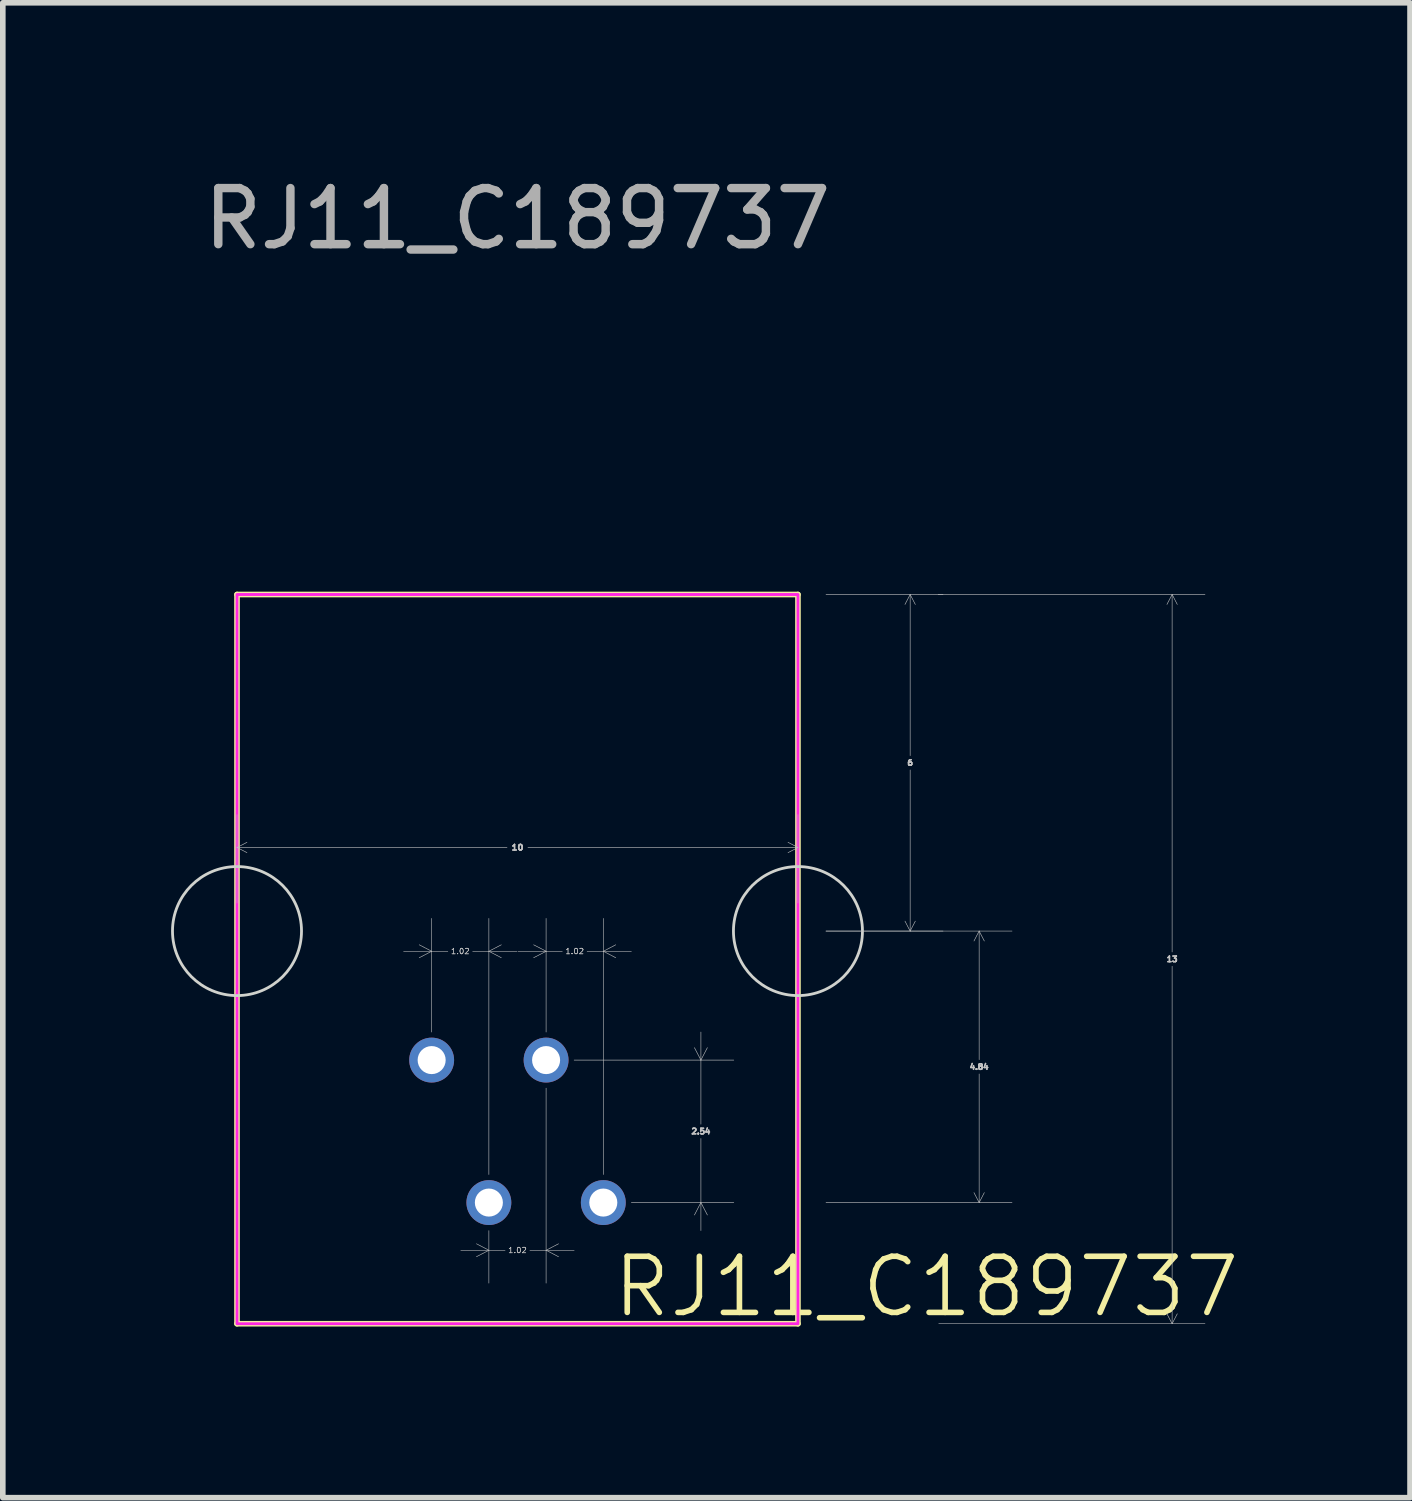
<source format=kicad_pcb>
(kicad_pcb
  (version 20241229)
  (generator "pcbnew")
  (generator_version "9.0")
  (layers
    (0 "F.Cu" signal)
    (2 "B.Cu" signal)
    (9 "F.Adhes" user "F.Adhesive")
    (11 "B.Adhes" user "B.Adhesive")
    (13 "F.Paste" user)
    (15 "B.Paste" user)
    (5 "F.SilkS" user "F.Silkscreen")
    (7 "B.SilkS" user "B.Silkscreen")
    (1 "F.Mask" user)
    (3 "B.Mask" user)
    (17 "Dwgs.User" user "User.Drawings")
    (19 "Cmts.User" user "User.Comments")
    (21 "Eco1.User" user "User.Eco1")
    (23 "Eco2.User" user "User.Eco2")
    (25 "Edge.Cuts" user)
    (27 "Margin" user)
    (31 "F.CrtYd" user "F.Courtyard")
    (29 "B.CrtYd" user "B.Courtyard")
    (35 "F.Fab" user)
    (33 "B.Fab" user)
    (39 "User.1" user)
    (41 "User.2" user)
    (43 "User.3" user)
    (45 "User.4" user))
  (footprint "RJ11_C189737"
    (layer "F.Cu")
    (at 6.175 18.388)
    (property "Reference" "RJ11_C189737" (at 7.29 1.5 0) (unlocked yes) (layer "F.SilkS") (effects (font (size 1 1) (thickness 0.1))))
    (attr smd)
    (fp_line (start -5 2.16) (end -5 -10.84) (stroke (width 0.1) (type default)) (layer "F.SilkS"))
    (fp_line (start 5 -10.84) (end -5 -10.84) (stroke (width 0.1) (type solid)) (layer "F.SilkS"))
    (fp_line (start 5 -10.84) (end 5 2.16) (stroke (width 0.1) (type default)) (layer "F.SilkS"))
    (fp_line (start 5 2.16) (end -5 2.16) (stroke (width 0.1) (type solid)) (layer "F.SilkS"))
    (fp_circle (center -5 -4.84) (end -3.85 -4.84) (stroke (width 0.05) (type solid)) (fill no) (layer "Edge.Cuts"))
    (fp_circle (center 5 -4.84) (end 6.15 -4.84) (stroke (width 0.05) (type solid)) (fill no) (layer "Edge.Cuts"))
    (fp_rect (start -5 -10.84) (end 5 2.16) (stroke (width 0.05) (type default)) (fill no) (layer "F.CrtYd"))
    (fp_text user "${REFERENCE}" (at 0 -17.54 0) (unlocked yes) (layer "F.Fab") (effects (font (size 1 1) (thickness 0.15))))
    (dimension (type orthogonal) (layer "Dwgs.User") (pts (xy 11.175 13.548) (xy 11.175 18.388)) (height 3.23) (orientation 1) (format (prefix "") (suffix "") (units 3) (units_format 0) (precision 4) (suppress_zeroes yes)) (style (thickness 0.01) (arrow_length 0.2) (text_position_mode 1) (arrow_direction outward) (extension_height 0.586) (extension_offset 0.5)) (gr_text "4.84" (at 14.405 15.968 0) (layer "Dwgs.User") (effects (font (size 0.1 0.1) (thickness 0.15)))))
    (dimension (type orthogonal) (layer "Dwgs.User") (pts (xy 11.175 13.548) (xy 11.175 7.548)) (height 2) (orientation 1) (format (prefix "") (suffix "") (units 3) (units_format 0) (precision 4) (suppress_zeroes yes)) (style (thickness 0.01) (arrow_length 0.2) (text_position_mode 1) (arrow_direction outward) (extension_height 0.586) (extension_offset 0.5)) (gr_text "6" (at 13.175 10.548 0) (layer "Dwgs.User") (effects (font (size 0.1 0.1) (thickness 0.15)))))
    (dimension (type orthogonal) (layer "Dwgs.User") (pts (xy 1.175 13.548) (xy 11.175 13.548)) (height -1.49) (orientation 0) (format (prefix "") (suffix "") (units 3) (units_format 0) (precision 4) (suppress_zeroes yes)) (style (thickness 0.01) (arrow_length 0.2) (text_position_mode 1) (arrow_direction outward) (extension_height 0.586) (extension_offset 0.5)) (gr_text "10" (at 6.175 12.058 0) (layer "Dwgs.User") (effects (font (size 0.1 0.11) (thickness 0.15)))))
    (dimension (type orthogonal) (layer "Dwgs.User") (pts (xy 6.685 15.848) (xy 7.705 18.388)) (height 2.76) (orientation 1) (format (prefix "") (suffix "") (units 3) (units_format 0) (precision 4) (suppress_zeroes yes)) (style (thickness 0.01) (arrow_length 0.25) (text_position_mode 1) (arrow_direction inward) (extension_height 0.586) (extension_offset 0.5)) (gr_text "2.54" (at 9.445 17.118 0) (layer "Dwgs.User") (effects (font (size 0.1 0.1) (thickness 0.15)))))
    (dimension (type orthogonal) (layer "Dwgs.User") (pts (xy 6.685 15.848) (xy 7.705 18.388)) (height -1.94) (orientation 0) (format (prefix "") (suffix "") (units 2) (units_format 0) (precision 4) (suppress_zeroes yes)) (style (thickness 0.01) (arrow_length 0.25) (text_position_mode 2) (arrow_direction inward) (extension_height 0.586) (extension_offset 0.5) (keep_text_aligned yes)) (gr_text "1.02" (at 7.195 13.908 0) (layer "Dwgs.User") (effects (font (size 0.1 0.1) (thickness 0.01)))))
    (dimension (type orthogonal) (layer "Dwgs.User") (pts (xy 4.645 15.848) (xy 5.665 18.388)) (height -1.94) (orientation 0) (format (prefix "") (suffix "") (units 2) (units_format 0) (precision 4) (suppress_zeroes yes)) (style (thickness 0.01) (arrow_length 0.25) (text_position_mode 2) (arrow_direction inward) (extension_height 0.586) (extension_offset 0.5) (keep_text_aligned yes)) (gr_text "1.02" (at 5.155 13.908 0) (layer "Dwgs.User") (effects (font (size 0.1 0.1) (thickness 0.01)))))
    (dimension (type orthogonal) (layer "Dwgs.User") (pts (xy 5.665 18.388) (xy 6.685 15.848)) (height 0.85) (orientation 0) (format (prefix "") (suffix "") (units 2) (units_format 0) (precision 4) (suppress_zeroes yes)) (style (thickness 0.01) (arrow_length 0.25) (text_position_mode 2) (arrow_direction inward) (extension_height 0.586) (extension_offset 0.5) (keep_text_aligned yes)) (gr_text "1.02" (at 6.175 19.238 0) (layer "Dwgs.User") (effects (font (size 0.1 0.1) (thickness 0.01)))))
    (dimension (type orthogonal) (layer "Dwgs.User") (pts (xy 13.175 7.548) (xy 13.185 20.548)) (height 4.67) (orientation 1) (format (prefix "") (suffix "") (units 3) (units_format 0) (precision 4) (suppress_zeroes yes)) (style (thickness 0.01) (arrow_length 0.2) (text_position_mode 1) (arrow_direction outward) (extension_height 0.586) (extension_offset 0.5)) (gr_text "13" (at 17.845 14.048 0) (layer "Dwgs.User") (effects (font (size 0.1 0.1) (thickness 0.15)))))
    (pad "1" thru_hole circle (at -1.53 -2.54) (size 0.8 0.8) (drill 0.5) (layers "*.Cu" "*.Mask"))
    (pad "2" thru_hole circle (at 0.51 -2.54) (size 0.8 0.8) (drill 0.5) (layers "*.Cu" "*.Mask"))
    (pad "3" thru_hole circle (at -0.51 0) (size 0.8 0.8) (drill 0.5) (layers "*.Cu" "*.Mask"))
    (pad "4" thru_hole circle (at 1.53 0) (size 0.8 0.8) (drill 0.5) (layers "*.Cu" "*.Mask")))
  (gr_rect
    (start -3 -3)
    (end 22.086 23.649)
    (stroke (width 0.1) (type default))
    (fill no)
    (layer "Edge.Cuts")))
</source>
